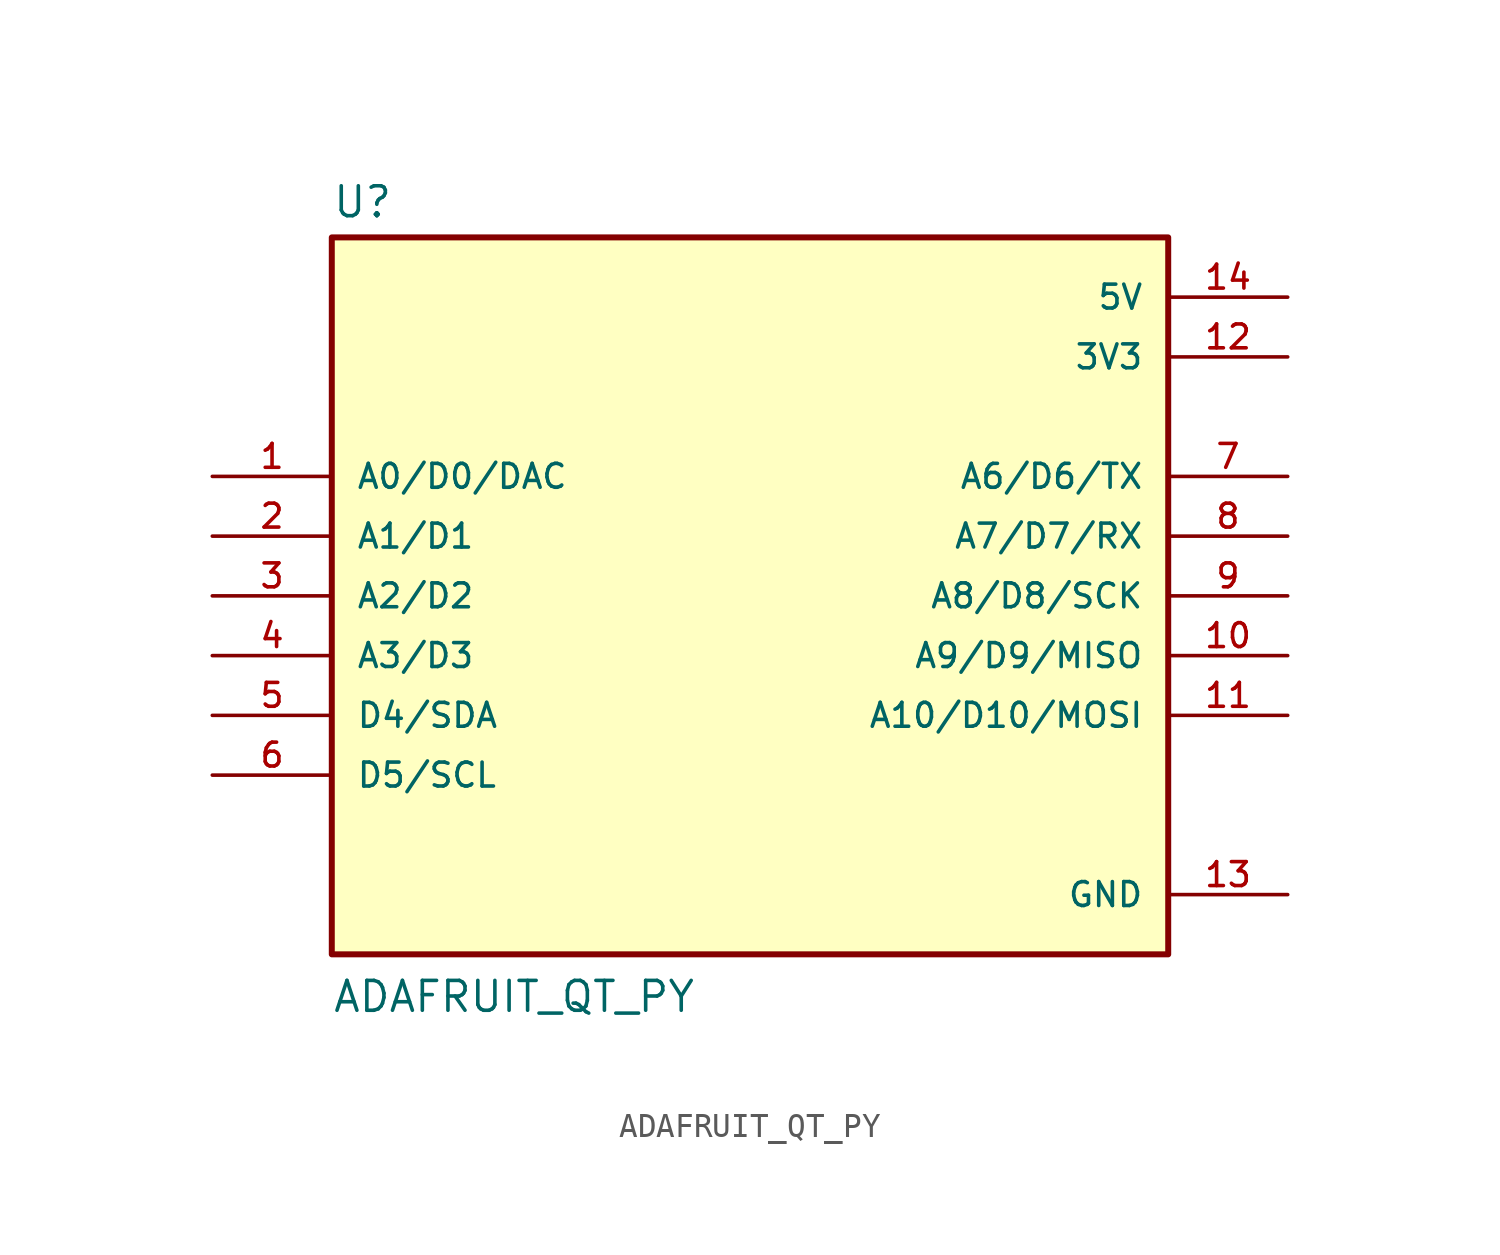
<source format=kicad_sym>
(kicad_symbol_lib
  (version 20231120)
  (generator "kicad_symbol_editor")
  (generator_version "8.0")
  (symbol "ADAFRUIT_QT_PY"
    (pin_names
      (offset 1.016))
    (property "Reference" "U"
      (at -17.78 16.002 0)
      (effects (font (size 1.27 1.27)) (justify left bottom)))
    (property "Value" "ADAFRUIT_QT_PY"
      (at -17.78 -17.78 0)
      (effects (font (size 1.27 1.27)) (justify left bottom)))
    (symbol "ADAFRUIT_QT_PY_0_0"
      (rectangle (start -17.78 15.24) (end 17.78 -15.24) (stroke (width 0.254) (type default)) (fill (type background)))
      (pin bidirectional line (at -22.86 5.08 0) (length 5.08) (name "A0/D0/DAC" (effects (font (size 1.016 1.016)))) (number "1" (effects (font (size 1.016 1.016)))))
      (pin bidirectional line (at 22.86 -2.54 180) (length 5.08) (name "A9/D9/MISO" (effects (font (size 1.016 1.016)))) (number "10" (effects (font (size 1.016 1.016)))))
      (pin bidirectional line (at 22.86 -5.08 180) (length 5.08) (name "A10/D10/MOSI" (effects (font (size 1.016 1.016)))) (number "11" (effects (font (size 1.016 1.016)))))
      (pin power_in line (at 22.86 10.16 180) (length 5.08) (name "3V3" (effects (font (size 1.016 1.016)))) (number "12" (effects (font (size 1.016 1.016)))))
      (pin power_in line (at 22.86 -12.7 180) (length 5.08) (name "GND" (effects (font (size 1.016 1.016)))) (number "13" (effects (font (size 1.016 1.016)))))
      (pin power_in line (at 22.86 12.7 180) (length 5.08) (name "5V" (effects (font (size 1.016 1.016)))) (number "14" (effects (font (size 1.016 1.016)))))
      (pin bidirectional line (at -22.86 2.54 0) (length 5.08) (name "A1/D1" (effects (font (size 1.016 1.016)))) (number "2" (effects (font (size 1.016 1.016)))))
      (pin bidirectional line (at -22.86 0 0) (length 5.08) (name "A2/D2" (effects (font (size 1.016 1.016)))) (number "3" (effects (font (size 1.016 1.016)))))
      (pin bidirectional line (at -22.86 -2.54 0) (length 5.08) (name "A3/D3" (effects (font (size 1.016 1.016)))) (number "4" (effects (font (size 1.016 1.016)))))
      (pin bidirectional line (at -22.86 -5.08 0) (length 5.08) (name "D4/SDA" (effects (font (size 1.016 1.016)))) (number "5" (effects (font (size 1.016 1.016)))))
      (pin bidirectional line (at -22.86 -7.62 0) (length 5.08) (name "D5/SCL" (effects (font (size 1.016 1.016)))) (number "6" (effects (font (size 1.016 1.016)))))
      (pin bidirectional line (at 22.86 5.08 180) (length 5.08) (name "A6/D6/TX" (effects (font (size 1.016 1.016)))) (number "7" (effects (font (size 1.016 1.016)))))
      (pin bidirectional line (at 22.86 2.54 180) (length 5.08) (name "A7/D7/RX" (effects (font (size 1.016 1.016)))) (number "8" (effects (font (size 1.016 1.016)))))
      (pin bidirectional line (at 22.86 0 180) (length 5.08) (name "A8/D8/SCK" (effects (font (size 1.016 1.016)))) (number "9" (effects (font (size 1.016 1.016))))))))
</source>
